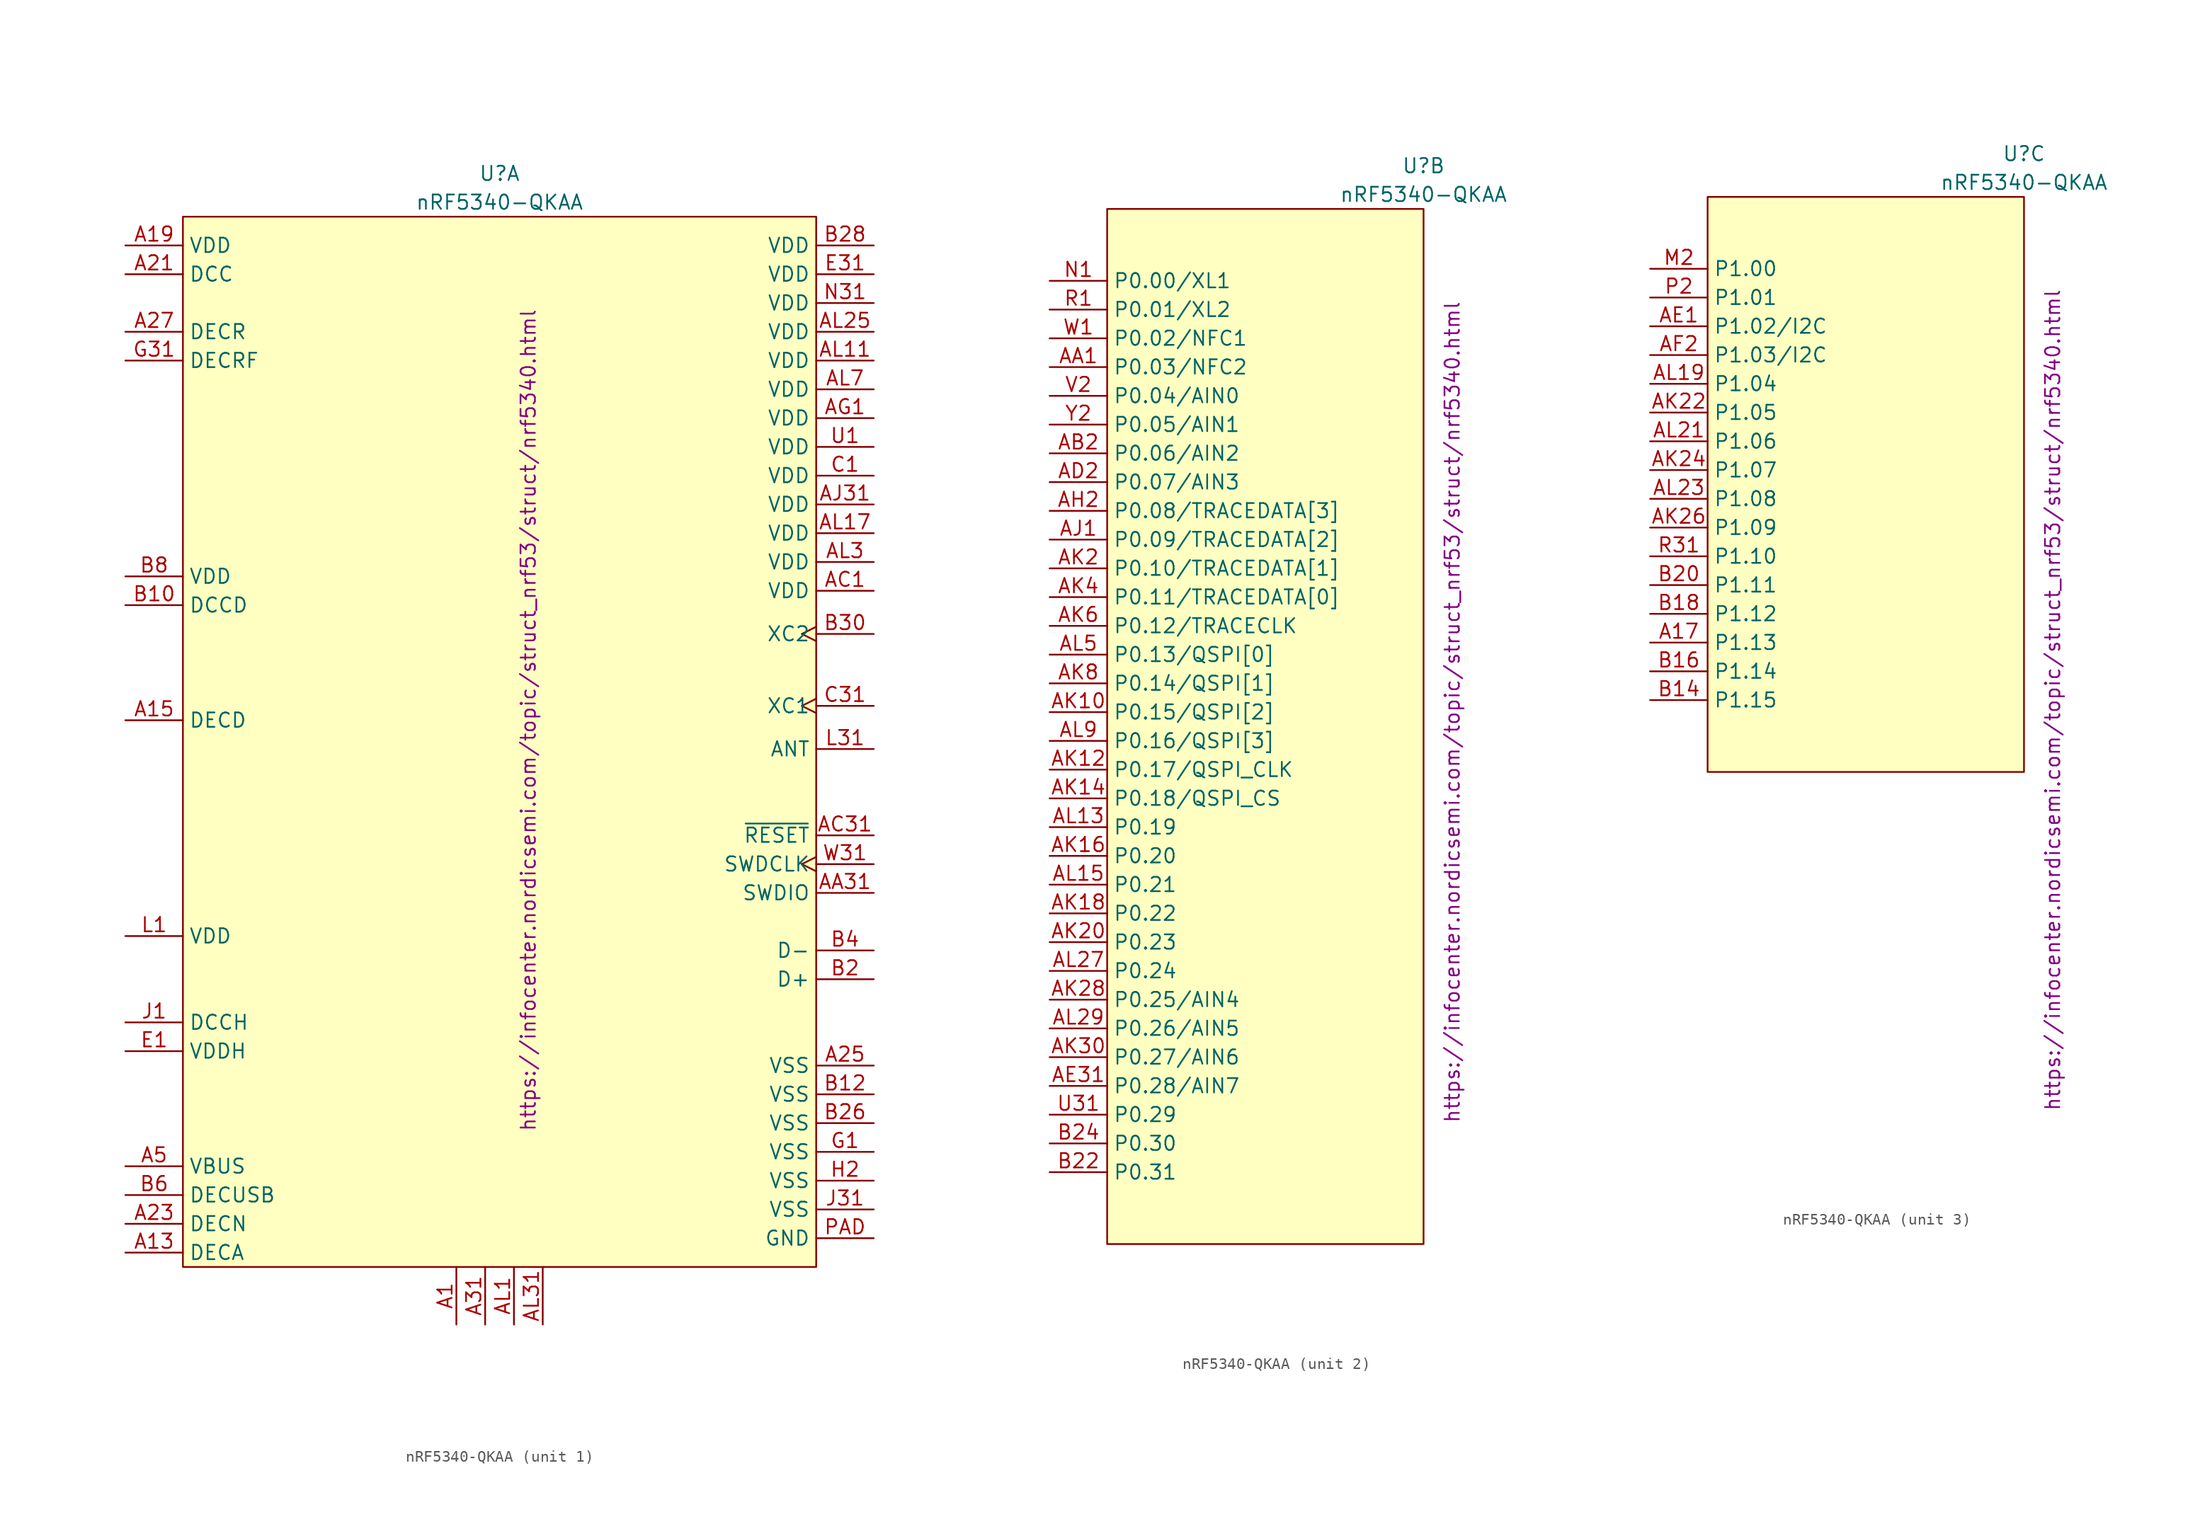
<source format=kicad_sym>
(kicad_symbol_lib
  (version 20211014)
  (generator kicad_symbol_editor)
  (symbol "nRF5340-QKAA"
    (property "Reference" "U"
      (at 0 60.96 0)
      (effects (font (size 1.27 1.27))))
    (property "Value" "nRF5340-QKAA"
      (at 0 58.42 0)
      (effects (font (size 1.27 1.27))))
    (property "Datasheet" "https://infocenter.nordicsemi.com/topic/struct_nrf53/struct/nrf5340.html"
      (at 2.54 12.7 90)
      (effects (font (size 1.27 1.27))))
    (property "ki_locked" ""
      (at 0 0 0)
      (effects (font (size 1.27 1.27))))
    (symbol "nRF5340-QKAA_1_1"
      (rectangle (start 27.94 57.15) (end -27.94 -35.56) (stroke (width 0) (type default) (color 0 0 0 0)) (fill (type background)))
      (pin passive line (at -3.81 -40.64 90) (length 5.08) (name "" (effects (font (size 1.27 1.27)))) (number "A1" (effects (font (size 1.27 1.27)))))
      (pin passive line (at -33.02 -34.29 0) (length 5.08) (name "DECA" (effects (font (size 1.27 1.27)))) (number "A13" (effects (font (size 1.27 1.27)))))
      (pin passive line (at -33.02 12.7 0) (length 5.08) (name "DECD" (effects (font (size 1.27 1.27)))) (number "A15" (effects (font (size 1.27 1.27)))))
      (pin power_in line (at -33.02 54.61 0) (length 5.08) (name "VDD" (effects (font (size 1.27 1.27)))) (number "A19" (effects (font (size 1.27 1.27)))))
      (pin power_out line (at -33.02 52.07 0) (length 5.08) (name "DCC" (effects (font (size 1.27 1.27)))) (number "A21" (effects (font (size 1.27 1.27)))))
      (pin passive line (at -33.02 -31.75 0) (length 5.08) (name "DECN" (effects (font (size 1.27 1.27)))) (number "A23" (effects (font (size 1.27 1.27)))))
      (pin power_in line (at 33.02 -17.78 180) (length 5.08) (name "VSS" (effects (font (size 1.27 1.27)))) (number "A25" (effects (font (size 1.27 1.27)))))
      (pin passive line (at -33.02 46.99 0) (length 5.08) (name "DECR" (effects (font (size 1.27 1.27)))) (number "A27" (effects (font (size 1.27 1.27)))))
      (pin passive line (at -1.27 -40.64 90) (length 5.08) (name "" (effects (font (size 1.27 1.27)))) (number "A31" (effects (font (size 1.27 1.27)))))
      (pin power_in line (at -33.02 -26.67 0) (length 5.08) (name "VBUS" (effects (font (size 1.27 1.27)))) (number "A5" (effects (font (size 1.27 1.27)))))
      (pin bidirectional line (at 33.02 -2.54 180) (length 5.08) (name "SWDIO" (effects (font (size 1.27 1.27)))) (number "AA31" (effects (font (size 1.27 1.27)))))
      (pin power_in line (at 33.02 24.13 180) (length 5.08) (name "VDD" (effects (font (size 1.27 1.27)))) (number "AC1" (effects (font (size 1.27 1.27)))))
      (pin input line (at 33.02 2.54 180) (length 5.08) (name "~{RESET}" (effects (font (size 1.27 1.27)))) (number "AC31" (effects (font (size 1.27 1.27)))))
      (pin power_in line (at 33.02 39.37 180) (length 5.08) (name "VDD" (effects (font (size 1.27 1.27)))) (number "AG1" (effects (font (size 1.27 1.27)))))
      (pin power_in line (at 33.02 31.75 180) (length 5.08) (name "VDD" (effects (font (size 1.27 1.27)))) (number "AJ31" (effects (font (size 1.27 1.27)))))
      (pin passive line (at 1.27 -40.64 90) (length 5.08) (name "" (effects (font (size 1.27 1.27)))) (number "AL1" (effects (font (size 1.27 1.27)))))
      (pin power_in line (at 33.02 44.45 180) (length 5.08) (name "VDD" (effects (font (size 1.27 1.27)))) (number "AL11" (effects (font (size 1.27 1.27)))))
      (pin power_in line (at 33.02 29.21 180) (length 5.08) (name "VDD" (effects (font (size 1.27 1.27)))) (number "AL17" (effects (font (size 1.27 1.27)))))
      (pin power_in line (at 33.02 46.99 180) (length 5.08) (name "VDD" (effects (font (size 1.27 1.27)))) (number "AL25" (effects (font (size 1.27 1.27)))))
      (pin power_in line (at 33.02 26.67 180) (length 5.08) (name "VDD" (effects (font (size 1.27 1.27)))) (number "AL3" (effects (font (size 1.27 1.27)))))
      (pin passive line (at 3.81 -40.64 90) (length 5.08) (name "" (effects (font (size 1.27 1.27)))) (number "AL31" (effects (font (size 1.27 1.27)))))
      (pin power_in line (at 33.02 41.91 180) (length 5.08) (name "VDD" (effects (font (size 1.27 1.27)))) (number "AL7" (effects (font (size 1.27 1.27)))))
      (pin power_out line (at -33.02 22.86 0) (length 5.08) (name "DCCD" (effects (font (size 1.27 1.27)))) (number "B10" (effects (font (size 1.27 1.27)))))
      (pin power_in line (at 33.02 -20.32 180) (length 5.08) (name "VSS" (effects (font (size 1.27 1.27)))) (number "B12" (effects (font (size 1.27 1.27)))))
      (pin bidirectional line (at 33.02 -10.16 180) (length 5.08) (name "D+" (effects (font (size 1.27 1.27)))) (number "B2" (effects (font (size 1.27 1.27)))))
      (pin power_in line (at 33.02 -22.86 180) (length 5.08) (name "VSS" (effects (font (size 1.27 1.27)))) (number "B26" (effects (font (size 1.27 1.27)))))
      (pin power_in line (at 33.02 54.61 180) (length 5.08) (name "VDD" (effects (font (size 1.27 1.27)))) (number "B28" (effects (font (size 1.27 1.27)))))
      (pin input clock (at 33.02 20.32 180) (length 5.08) (name "XC2" (effects (font (size 1.27 1.27)))) (number "B30" (effects (font (size 1.27 1.27)))))
      (pin bidirectional line (at 33.02 -7.62 180) (length 5.08) (name "D-" (effects (font (size 1.27 1.27)))) (number "B4" (effects (font (size 1.27 1.27)))))
      (pin passive line (at -33.02 -29.21 0) (length 5.08) (name "DECUSB" (effects (font (size 1.27 1.27)))) (number "B6" (effects (font (size 1.27 1.27)))))
      (pin power_in line (at -33.02 25.4 0) (length 5.08) (name "VDD" (effects (font (size 1.27 1.27)))) (number "B8" (effects (font (size 1.27 1.27)))))
      (pin power_in line (at 33.02 34.29 180) (length 5.08) (name "VDD" (effects (font (size 1.27 1.27)))) (number "C1" (effects (font (size 1.27 1.27)))))
      (pin input clock (at 33.02 13.97 180) (length 5.08) (name "XC1" (effects (font (size 1.27 1.27)))) (number "C31" (effects (font (size 1.27 1.27)))))
      (pin power_in line (at -33.02 -16.51 0) (length 5.08) (name "VDDH" (effects (font (size 1.27 1.27)))) (number "E1" (effects (font (size 1.27 1.27)))))
      (pin power_in line (at 33.02 52.07 180) (length 5.08) (name "VDD" (effects (font (size 1.27 1.27)))) (number "E31" (effects (font (size 1.27 1.27)))))
      (pin power_in line (at 33.02 -25.4 180) (length 5.08) (name "VSS" (effects (font (size 1.27 1.27)))) (number "G1" (effects (font (size 1.27 1.27)))))
      (pin passive line (at -33.02 44.45 0) (length 5.08) (name "DECRF" (effects (font (size 1.27 1.27)))) (number "G31" (effects (font (size 1.27 1.27)))))
      (pin power_in line (at 33.02 -27.94 180) (length 5.08) (name "VSS" (effects (font (size 1.27 1.27)))) (number "H2" (effects (font (size 1.27 1.27)))))
      (pin power_out line (at -33.02 -13.97 0) (length 5.08) (name "DCCH" (effects (font (size 1.27 1.27)))) (number "J1" (effects (font (size 1.27 1.27)))))
      (pin power_in line (at 33.02 -30.48 180) (length 5.08) (name "VSS" (effects (font (size 1.27 1.27)))) (number "J31" (effects (font (size 1.27 1.27)))))
      (pin power_in line (at -33.02 -6.35 0) (length 5.08) (name "VDD" (effects (font (size 1.27 1.27)))) (number "L1" (effects (font (size 1.27 1.27)))))
      (pin passive line (at 33.02 10.16 180) (length 5.08) (name "ANT" (effects (font (size 1.27 1.27)))) (number "L31" (effects (font (size 1.27 1.27)))))
      (pin power_in line (at 33.02 49.53 180) (length 5.08) (name "VDD" (effects (font (size 1.27 1.27)))) (number "N31" (effects (font (size 1.27 1.27)))))
      (pin power_in line (at 33.02 -33.02 180) (length 5.08) (name "GND" (effects (font (size 1.27 1.27)))) (number "PAD" (effects (font (size 1.27 1.27)))))
      (pin power_in line (at 33.02 36.83 180) (length 5.08) (name "VDD" (effects (font (size 1.27 1.27)))) (number "U1" (effects (font (size 1.27 1.27)))))
      (pin input clock (at 33.02 0 180) (length 5.08) (name "SWDCLK" (effects (font (size 1.27 1.27)))) (number "W31" (effects (font (size 1.27 1.27))))))
    (symbol "nRF5340-QKAA_2_1"
      (rectangle (start -27.94 57.15) (end 0 -34.29) (stroke (width 0) (type default) (color 0 0 0 0)) (fill (type background)))
      (pin bidirectional line (at -33.02 43.18 0) (length 5.08) (name "P0.03/NFC2" (effects (font (size 1.27 1.27)))) (number "AA1" (effects (font (size 1.27 1.27)))))
      (pin bidirectional line (at -33.02 35.56 0) (length 5.08) (name "P0.06/AIN2" (effects (font (size 1.27 1.27)))) (number "AB2" (effects (font (size 1.27 1.27)))))
      (pin bidirectional line (at -33.02 33.02 0) (length 5.08) (name "P0.07/AIN3" (effects (font (size 1.27 1.27)))) (number "AD2" (effects (font (size 1.27 1.27)))))
      (pin bidirectional line (at -33.02 -20.32 0) (length 5.08) (name "P0.28/AIN7" (effects (font (size 1.27 1.27)))) (number "AE31" (effects (font (size 1.27 1.27)))))
      (pin bidirectional line (at -33.02 30.48 0) (length 5.08) (name "P0.08/TRACEDATA[3]" (effects (font (size 1.27 1.27)))) (number "AH2" (effects (font (size 1.27 1.27)))))
      (pin bidirectional line (at -33.02 27.94 0) (length 5.08) (name "P0.09/TRACEDATA[2]" (effects (font (size 1.27 1.27)))) (number "AJ1" (effects (font (size 1.27 1.27)))))
      (pin bidirectional line (at -33.02 12.7 0) (length 5.08) (name "P0.15/QSPI[2]" (effects (font (size 1.27 1.27)))) (number "AK10" (effects (font (size 1.27 1.27)))))
      (pin bidirectional line (at -33.02 7.62 0) (length 5.08) (name "P0.17/QSPI_CLK" (effects (font (size 1.27 1.27)))) (number "AK12" (effects (font (size 1.27 1.27)))))
      (pin bidirectional line (at -33.02 5.08 0) (length 5.08) (name "P0.18/QSPI_CS" (effects (font (size 1.27 1.27)))) (number "AK14" (effects (font (size 1.27 1.27)))))
      (pin bidirectional line (at -33.02 0 0) (length 5.08) (name "P0.20" (effects (font (size 1.27 1.27)))) (number "AK16" (effects (font (size 1.27 1.27)))))
      (pin bidirectional line (at -33.02 -5.08 0) (length 5.08) (name "P0.22" (effects (font (size 1.27 1.27)))) (number "AK18" (effects (font (size 1.27 1.27)))))
      (pin bidirectional line (at -33.02 25.4 0) (length 5.08) (name "P0.10/TRACEDATA[1]" (effects (font (size 1.27 1.27)))) (number "AK2" (effects (font (size 1.27 1.27)))))
      (pin bidirectional line (at -33.02 -7.62 0) (length 5.08) (name "P0.23" (effects (font (size 1.27 1.27)))) (number "AK20" (effects (font (size 1.27 1.27)))))
      (pin bidirectional line (at -33.02 -12.7 0) (length 5.08) (name "P0.25/AIN4" (effects (font (size 1.27 1.27)))) (number "AK28" (effects (font (size 1.27 1.27)))))
      (pin bidirectional line (at -33.02 -17.78 0) (length 5.08) (name "P0.27/AIN6" (effects (font (size 1.27 1.27)))) (number "AK30" (effects (font (size 1.27 1.27)))))
      (pin bidirectional line (at -33.02 22.86 0) (length 5.08) (name "P0.11/TRACEDATA[0]" (effects (font (size 1.27 1.27)))) (number "AK4" (effects (font (size 1.27 1.27)))))
      (pin bidirectional line (at -33.02 20.32 0) (length 5.08) (name "P0.12/TRACECLK" (effects (font (size 1.27 1.27)))) (number "AK6" (effects (font (size 1.27 1.27)))))
      (pin bidirectional line (at -33.02 15.24 0) (length 5.08) (name "P0.14/QSPI[1]" (effects (font (size 1.27 1.27)))) (number "AK8" (effects (font (size 1.27 1.27)))))
      (pin bidirectional line (at -33.02 2.54 0) (length 5.08) (name "P0.19" (effects (font (size 1.27 1.27)))) (number "AL13" (effects (font (size 1.27 1.27)))))
      (pin bidirectional line (at -33.02 -2.54 0) (length 5.08) (name "P0.21" (effects (font (size 1.27 1.27)))) (number "AL15" (effects (font (size 1.27 1.27)))))
      (pin bidirectional line (at -33.02 -10.16 0) (length 5.08) (name "P0.24" (effects (font (size 1.27 1.27)))) (number "AL27" (effects (font (size 1.27 1.27)))))
      (pin bidirectional line (at -33.02 -15.24 0) (length 5.08) (name "P0.26/AIN5" (effects (font (size 1.27 1.27)))) (number "AL29" (effects (font (size 1.27 1.27)))))
      (pin bidirectional line (at -33.02 17.78 0) (length 5.08) (name "P0.13/QSPI[0]" (effects (font (size 1.27 1.27)))) (number "AL5" (effects (font (size 1.27 1.27)))))
      (pin bidirectional line (at -33.02 10.16 0) (length 5.08) (name "P0.16/QSPI[3]" (effects (font (size 1.27 1.27)))) (number "AL9" (effects (font (size 1.27 1.27)))))
      (pin bidirectional line (at -33.02 -27.94 0) (length 5.08) (name "P0.31" (effects (font (size 1.27 1.27)))) (number "B22" (effects (font (size 1.27 1.27)))))
      (pin bidirectional line (at -33.02 -25.4 0) (length 5.08) (name "P0.30" (effects (font (size 1.27 1.27)))) (number "B24" (effects (font (size 1.27 1.27)))))
      (pin bidirectional line (at -33.02 50.8 0) (length 5.08) (name "P0.00/XL1" (effects (font (size 1.27 1.27)))) (number "N1" (effects (font (size 1.27 1.27)))))
      (pin bidirectional line (at -33.02 48.26 0) (length 5.08) (name "P0.01/XL2" (effects (font (size 1.27 1.27)))) (number "R1" (effects (font (size 1.27 1.27)))))
      (pin bidirectional line (at -33.02 -22.86 0) (length 5.08) (name "P0.29" (effects (font (size 1.27 1.27)))) (number "U31" (effects (font (size 1.27 1.27)))))
      (pin bidirectional line (at -33.02 40.64 0) (length 5.08) (name "P0.04/AIN0" (effects (font (size 1.27 1.27)))) (number "V2" (effects (font (size 1.27 1.27)))))
      (pin bidirectional line (at -33.02 45.72 0) (length 5.08) (name "P0.02/NFC1" (effects (font (size 1.27 1.27)))) (number "W1" (effects (font (size 1.27 1.27)))))
      (pin bidirectional line (at -33.02 38.1 0) (length 5.08) (name "P0.05/AIN1" (effects (font (size 1.27 1.27)))) (number "Y2" (effects (font (size 1.27 1.27))))))
    (symbol "nRF5340-QKAA_3_1"
      (rectangle (start -27.94 57.15) (end 0 6.35) (stroke (width 0) (type default) (color 0 0 0 0)) (fill (type background)))
      (pin bidirectional line (at -33.02 17.78 0) (length 5.08) (name "P1.13" (effects (font (size 1.27 1.27)))) (number "A17" (effects (font (size 1.27 1.27)))))
      (pin bidirectional line (at -33.02 45.72 0) (length 5.08) (name "P1.02/I2C" (effects (font (size 1.27 1.27)))) (number "AE1" (effects (font (size 1.27 1.27)))))
      (pin bidirectional line (at -33.02 43.18 0) (length 5.08) (name "P1.03/I2C" (effects (font (size 1.27 1.27)))) (number "AF2" (effects (font (size 1.27 1.27)))))
      (pin bidirectional line (at -33.02 38.1 0) (length 5.08) (name "P1.05" (effects (font (size 1.27 1.27)))) (number "AK22" (effects (font (size 1.27 1.27)))))
      (pin bidirectional line (at -33.02 33.02 0) (length 5.08) (name "P1.07" (effects (font (size 1.27 1.27)))) (number "AK24" (effects (font (size 1.27 1.27)))))
      (pin bidirectional line (at -33.02 27.94 0) (length 5.08) (name "P1.09" (effects (font (size 1.27 1.27)))) (number "AK26" (effects (font (size 1.27 1.27)))))
      (pin bidirectional line (at -33.02 40.64 0) (length 5.08) (name "P1.04" (effects (font (size 1.27 1.27)))) (number "AL19" (effects (font (size 1.27 1.27)))))
      (pin bidirectional line (at -33.02 35.56 0) (length 5.08) (name "P1.06" (effects (font (size 1.27 1.27)))) (number "AL21" (effects (font (size 1.27 1.27)))))
      (pin bidirectional line (at -33.02 30.48 0) (length 5.08) (name "P1.08" (effects (font (size 1.27 1.27)))) (number "AL23" (effects (font (size 1.27 1.27)))))
      (pin bidirectional line (at -33.02 12.7 0) (length 5.08) (name "P1.15" (effects (font (size 1.27 1.27)))) (number "B14" (effects (font (size 1.27 1.27)))))
      (pin bidirectional line (at -33.02 15.24 0) (length 5.08) (name "P1.14" (effects (font (size 1.27 1.27)))) (number "B16" (effects (font (size 1.27 1.27)))))
      (pin bidirectional line (at -33.02 20.32 0) (length 5.08) (name "P1.12" (effects (font (size 1.27 1.27)))) (number "B18" (effects (font (size 1.27 1.27)))))
      (pin bidirectional line (at -33.02 22.86 0) (length 5.08) (name "P1.11" (effects (font (size 1.27 1.27)))) (number "B20" (effects (font (size 1.27 1.27)))))
      (pin bidirectional line (at -33.02 50.8 0) (length 5.08) (name "P1.00" (effects (font (size 1.27 1.27)))) (number "M2" (effects (font (size 1.27 1.27)))))
      (pin bidirectional line (at -33.02 48.26 0) (length 5.08) (name "P1.01" (effects (font (size 1.27 1.27)))) (number "P2" (effects (font (size 1.27 1.27)))))
      (pin bidirectional line (at -33.02 25.4 0) (length 5.08) (name "P1.10" (effects (font (size 1.27 1.27)))) (number "R31" (effects (font (size 1.27 1.27))))))))
</source>
